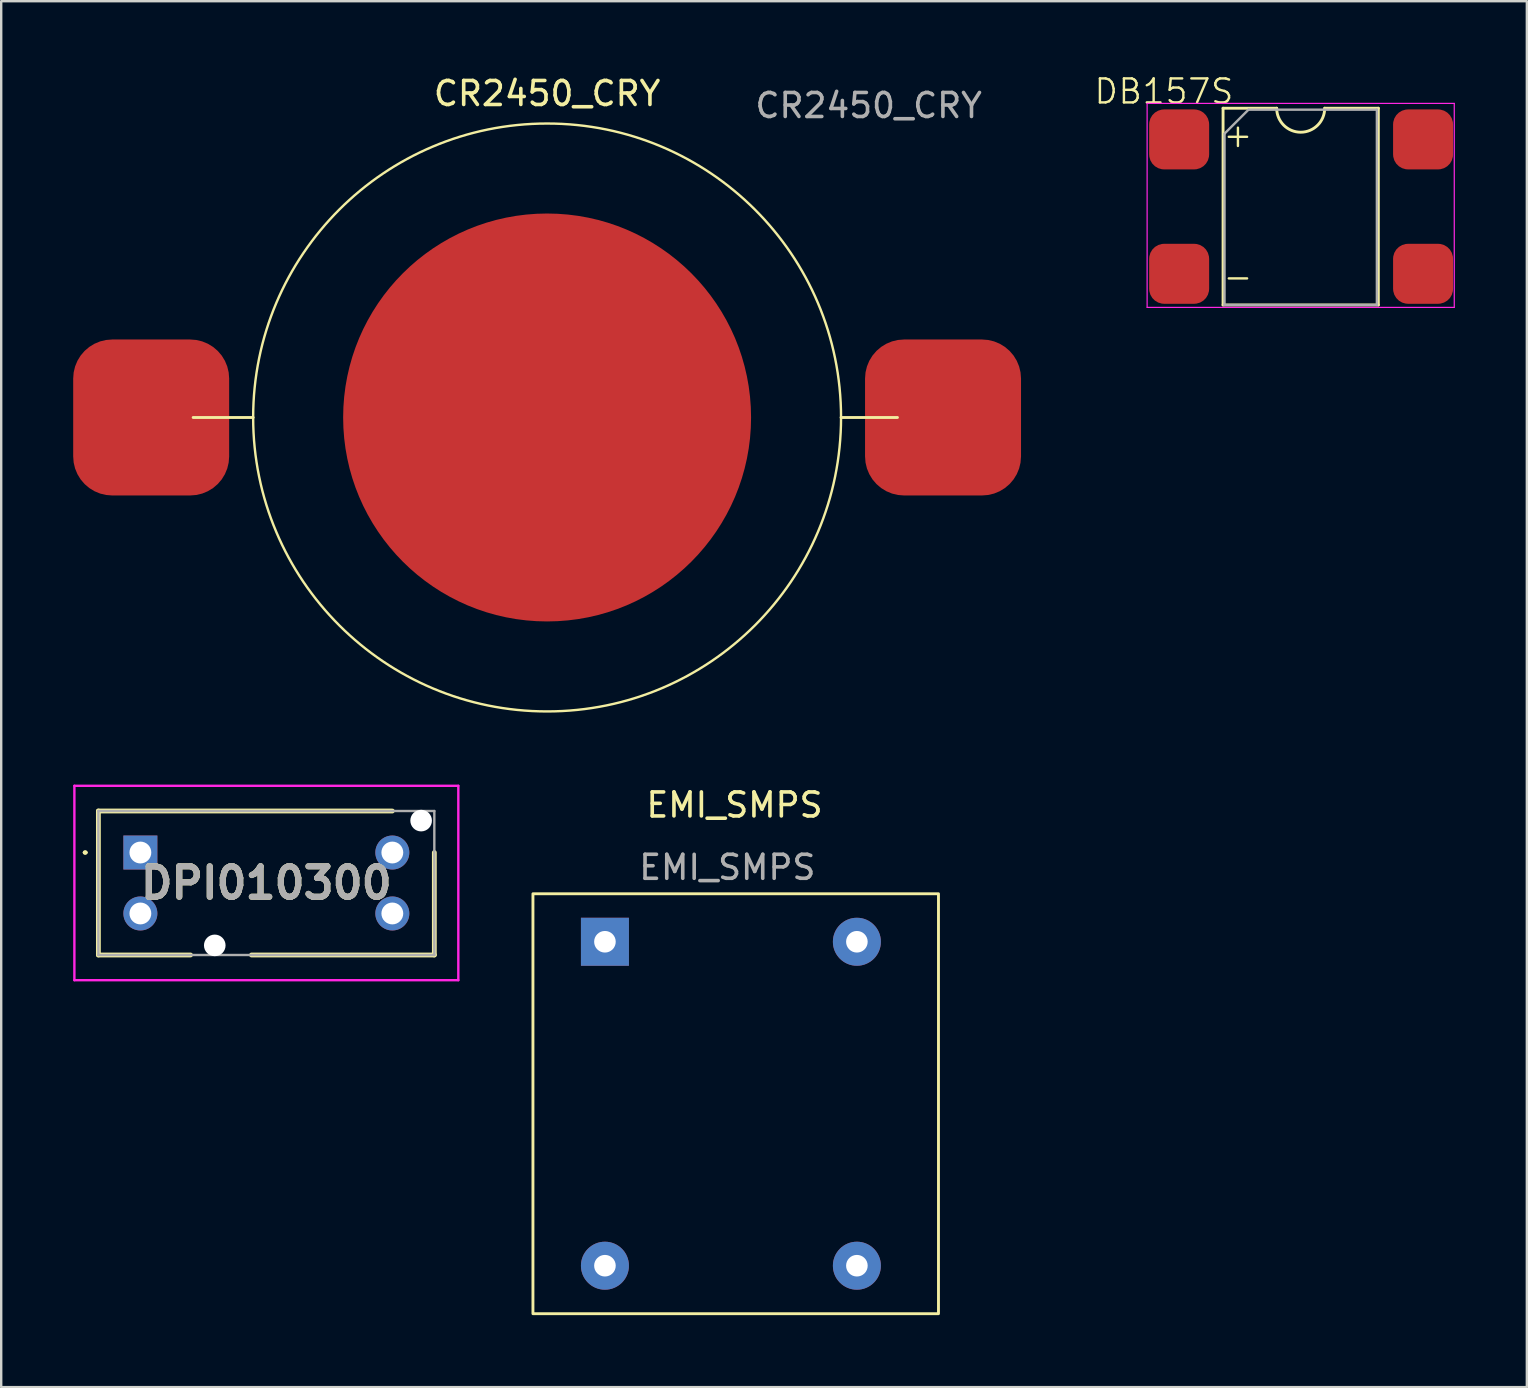
<source format=kicad_pcb>
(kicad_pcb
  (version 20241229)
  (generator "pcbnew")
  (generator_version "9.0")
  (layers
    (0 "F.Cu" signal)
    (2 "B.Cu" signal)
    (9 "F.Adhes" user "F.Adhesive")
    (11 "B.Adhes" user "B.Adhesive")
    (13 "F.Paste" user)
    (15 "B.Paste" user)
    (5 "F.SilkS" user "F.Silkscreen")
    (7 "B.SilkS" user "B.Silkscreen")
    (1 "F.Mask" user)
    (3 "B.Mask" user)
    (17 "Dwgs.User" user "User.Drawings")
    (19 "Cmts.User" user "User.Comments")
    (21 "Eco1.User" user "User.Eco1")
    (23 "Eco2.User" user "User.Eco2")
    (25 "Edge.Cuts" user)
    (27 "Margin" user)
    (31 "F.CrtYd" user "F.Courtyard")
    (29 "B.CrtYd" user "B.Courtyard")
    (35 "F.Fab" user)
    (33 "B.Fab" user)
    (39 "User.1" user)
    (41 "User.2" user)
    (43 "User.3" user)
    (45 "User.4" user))
  (footprint "CR2450_CRY"
    (layer "F.Cu")
    (at 19.75 14.348)
    (property "Reference" "CR2450_CRY" (at 0 -13.5 0) (unlocked yes) (layer "F.SilkS") (effects (font (size 1 1) (thickness 0.15))))
    (attr smd)
    (fp_line (start -12.25 0) (end -14.75 0) (stroke (width 0.12) (type solid)) (layer "F.SilkS"))
    (fp_line (start 12.25 0) (end 14.6 0) (stroke (width 0.12) (type solid)) (layer "F.SilkS"))
    (fp_circle (center 0 0) (end 12.25 0) (stroke (width 0.1) (type solid)) (fill no) (layer "F.SilkS"))
    (fp_text user "${REFERENCE}" (at 13.4 -13 0) (unlocked yes) (layer "F.Fab") (effects (font (size 1 1) (thickness 0.15))))
    (pad "1" smd roundrect (at -16.5 0) (size 6.5 6.5) (layers "F.Cu" "F.Mask" "F.Paste") (roundrect_rratio 0.25))
    (pad "1" smd roundrect (at 16.5 0) (size 6.5 6.5) (layers "F.Cu" "F.Mask" "F.Paste") (roundrect_rratio 0.25))
    (pad "2" smd circle (at 0 0 90) (size 17 17) (layers "F.Cu" "F.Mask" "F.Paste")))
  (footprint "DPI010300"
    (layer "F.Cu")
    (at 2.8 32.478)
    (property "Reference" "DPI010300" (at 5.25 1.27 0) (layer "F.SilkS") (effects (font (size 1.27 1.27) (thickness 0.254))))
    (attr through_hole)
    (fp_line (start -2.35 0) (end -2.35 0) (stroke (width 0.1) (type solid)) (layer "F.SilkS"))
    (fp_line (start -2.25 0) (end -2.25 0) (stroke (width 0.1) (type solid)) (layer "F.SilkS"))
    (fp_line (start -1.75 -1.73) (end 10.5 -1.73) (stroke (width 0.2) (type solid)) (layer "F.SilkS"))
    (fp_line (start -1.75 4.27) (end -1.75 -1.73) (stroke (width 0.2) (type solid)) (layer "F.SilkS"))
    (fp_line (start 2.09 4.27) (end -1.75 4.27) (stroke (width 0.2) (type solid)) (layer "F.SilkS"))
    (fp_line (start 4.63 4.27) (end 12.25 4.27) (stroke (width 0.2) (type solid)) (layer "F.SilkS"))
    (fp_line (start 12.25 4.27) (end 12.25 0) (stroke (width 0.2) (type solid)) (layer "F.SilkS"))
    (fp_arc (start -2.35 0) (mid -2.3 -0.05) (end -2.25 0) (stroke (width 0.1) (type solid)) (layer "F.SilkS"))
    (fp_arc (start -2.25 0) (mid -2.3 0.05) (end -2.35 0) (stroke (width 0.1) (type solid)) (layer "F.SilkS"))
    (fp_line (start -2.75 -2.78) (end 13.25 -2.78) (stroke (width 0.1) (type solid)) (layer "F.CrtYd"))
    (fp_line (start -2.75 5.32) (end -2.75 -2.78) (stroke (width 0.1) (type solid)) (layer "F.CrtYd"))
    (fp_line (start 13.25 -2.78) (end 13.25 5.32) (stroke (width 0.1) (type solid)) (layer "F.CrtYd"))
    (fp_line (start 13.25 5.32) (end -2.75 5.32) (stroke (width 0.1) (type solid)) (layer "F.CrtYd"))
    (fp_line (start -1.75 -1.73) (end 12.25 -1.73) (stroke (width 0.1) (type solid)) (layer "F.Fab"))
    (fp_line (start -1.75 4.27) (end -1.75 -1.73) (stroke (width 0.1) (type solid)) (layer "F.Fab"))
    (fp_line (start 12.25 -1.73) (end 12.25 4.27) (stroke (width 0.1) (type solid)) (layer "F.Fab"))
    (fp_line (start 12.25 4.27) (end -1.75 4.27) (stroke (width 0.1) (type solid)) (layer "F.Fab"))
    (fp_text user "${REFERENCE}" (at 5.25 1.27 0) (layer "F.Fab") (effects (font (size 1.27 1.27) (thickness 0.254))))
    (pad "" np_thru_hole circle (at 3.1 3.87) (size 0.9 0.9) (drill 0.9) (layers "*.Cu" "*.Mask"))
    (pad "" np_thru_hole circle (at 11.7 -1.33) (size 0.9 0.9) (drill 0.9) (layers "*.Cu" "*.Mask"))
    (pad "1" thru_hole rect (at 0 0) (size 1.416 1.416) (drill 0.91) (layers "*.Cu" "*.Mask"))
    (pad "2" thru_hole circle (at 0 2.54) (size 1.416 1.416) (drill 0.91) (layers "*.Cu" "*.Mask"))
    (pad "3" thru_hole circle (at 10.5 2.54) (size 1.416 1.416) (drill 0.91) (layers "*.Cu" "*.Mask"))
    (pad "4" thru_hole circle (at 10.5 0) (size 1.416 1.416) (drill 0.91) (layers "*.Cu" "*.Mask")))
  (footprint "DB157S"
    (layer "F.Cu")
    (at 44.68 1.22)
    (property "Reference" "DB157S" (at 0.775 -0.46 0) (unlocked yes) (layer "F.SilkS") (effects (font (size 1 1) (thickness 0.1))))
    (attr through_hole)
    (fp_line (start 3.24 0.24) (end 3.24 8.44) (stroke (width 0.12) (type solid)) (layer "F.SilkS"))
    (fp_line (start 3.24 8.44) (end 9.71 8.44) (stroke (width 0.12) (type solid)) (layer "F.SilkS"))
    (fp_line (start 5.475 0.24) (end 3.24 0.24) (stroke (width 0.12) (type solid)) (layer "F.SilkS"))
    (fp_line (start 9.71 0.24) (end 7.475 0.24) (stroke (width 0.12) (type solid)) (layer "F.SilkS"))
    (fp_line (start 9.71 8.44) (end 9.71 0.24) (stroke (width 0.12) (type solid)) (layer "F.SilkS"))
    (fp_arc (start 7.475 0.24) (mid 6.475 1.24) (end 5.475 0.24) (stroke (width 0.12) (type solid)) (layer "F.SilkS"))
    (fp_line (start 0.075 0.04) (end 0.075 8.54) (stroke (width 0.05) (type solid)) (layer "F.CrtYd"))
    (fp_line (start 0.075 8.54) (end 12.875 8.54) (stroke (width 0.05) (type solid)) (layer "F.CrtYd"))
    (fp_line (start 12.875 0.04) (end 0.075 0.04) (stroke (width 0.05) (type solid)) (layer "F.CrtYd"))
    (fp_line (start 12.875 8.54) (end 12.875 0.04) (stroke (width 0.05) (type solid)) (layer "F.CrtYd"))
    (fp_line (start 3.3 1.3) (end 4.3 0.3) (stroke (width 0.1) (type solid)) (layer "F.Fab"))
    (fp_line (start 3.3 8.44) (end 3.3 1.3) (stroke (width 0.1) (type solid)) (layer "F.Fab"))
    (fp_line (start 4.3 0.3) (end 9.65 0.3) (stroke (width 0.1) (type solid)) (layer "F.Fab"))
    (fp_line (start 9.65 0.3) (end 9.65 8.44) (stroke (width 0.1) (type solid)) (layer "F.Fab"))
    (fp_line (start 9.65 8.44) (end 3.3 8.44) (stroke (width 0.1) (type solid)) (layer "F.Fab"))
    (fp_text user "+" (at 3.175 1.94 0) (unlocked yes) (layer "F.SilkS") (effects (font (size 1 1) (thickness 0.1)) (justify left bottom)))
    (fp_text user "-" (at 3.175 7.84 0) (unlocked yes) (layer "F.SilkS") (effects (font (size 1 1) (thickness 0.1)) (justify left bottom)))
    (pad "1" smd roundrect (at 1.41 1.54) (size 2.5 2.5) (layers "F.Cu" "F.Mask" "F.Paste") (roundrect_rratio 0.25))
    (pad "2" smd roundrect (at 1.41 7.14) (size 2.5 2.5) (layers "F.Cu" "F.Mask" "F.Paste") (roundrect_rratio 0.25))
    (pad "3" smd roundrect (at 11.575 7.14) (size 2.5 2.5) (layers "F.Cu" "F.Mask" "F.Paste") (roundrect_rratio 0.25))
    (pad "4" smd roundrect (at 11.575 1.54) (size 2.5 2.5) (layers "F.Cu" "F.Mask" "F.Paste") (roundrect_rratio 0.25)))
  (footprint "EMI_SMPS"
    (layer "F.Cu")
    (at 22.16 36.197)
    (property "Reference" "EMI_SMPS" (at 5.4 -5.7 0) (unlocked yes) (layer "F.SilkS") (effects (font (size 1 1) (thickness 0.15))))
    (attr through_hole)
    (fp_rect (start -3 -2) (end 13.9 15.5) (stroke (width 0.12) (type solid)) (fill no) (layer "F.SilkS"))
    (fp_text user "${REFERENCE}" (at 5.1 -3.1 0) (unlocked yes) (layer "F.Fab") (effects (font (size 1 1) (thickness 0.15))))
    (pad "1" thru_hole rect (at 0 0) (size 2 2) (drill 0.9) (layers "*.Cu" "*.Mask"))
    (pad "2" thru_hole circle (at 0 13.5) (size 2 2) (drill 0.9) (layers "*.Cu" "*.Mask"))
    (pad "3" thru_hole circle (at 10.5 0) (size 2 2) (drill 0.9) (layers "*.Cu" "*.Mask"))
    (pad "4" thru_hole circle (at 10.5 13.5) (size 2 2) (drill 0.9) (layers "*.Cu" "*.Mask")))
  (gr_rect
    (start -3 -3)
    (end 60.58 54.757)
    (stroke (width 0.1) (type default))
    (fill no)
    (layer "Edge.Cuts")))
</source>
